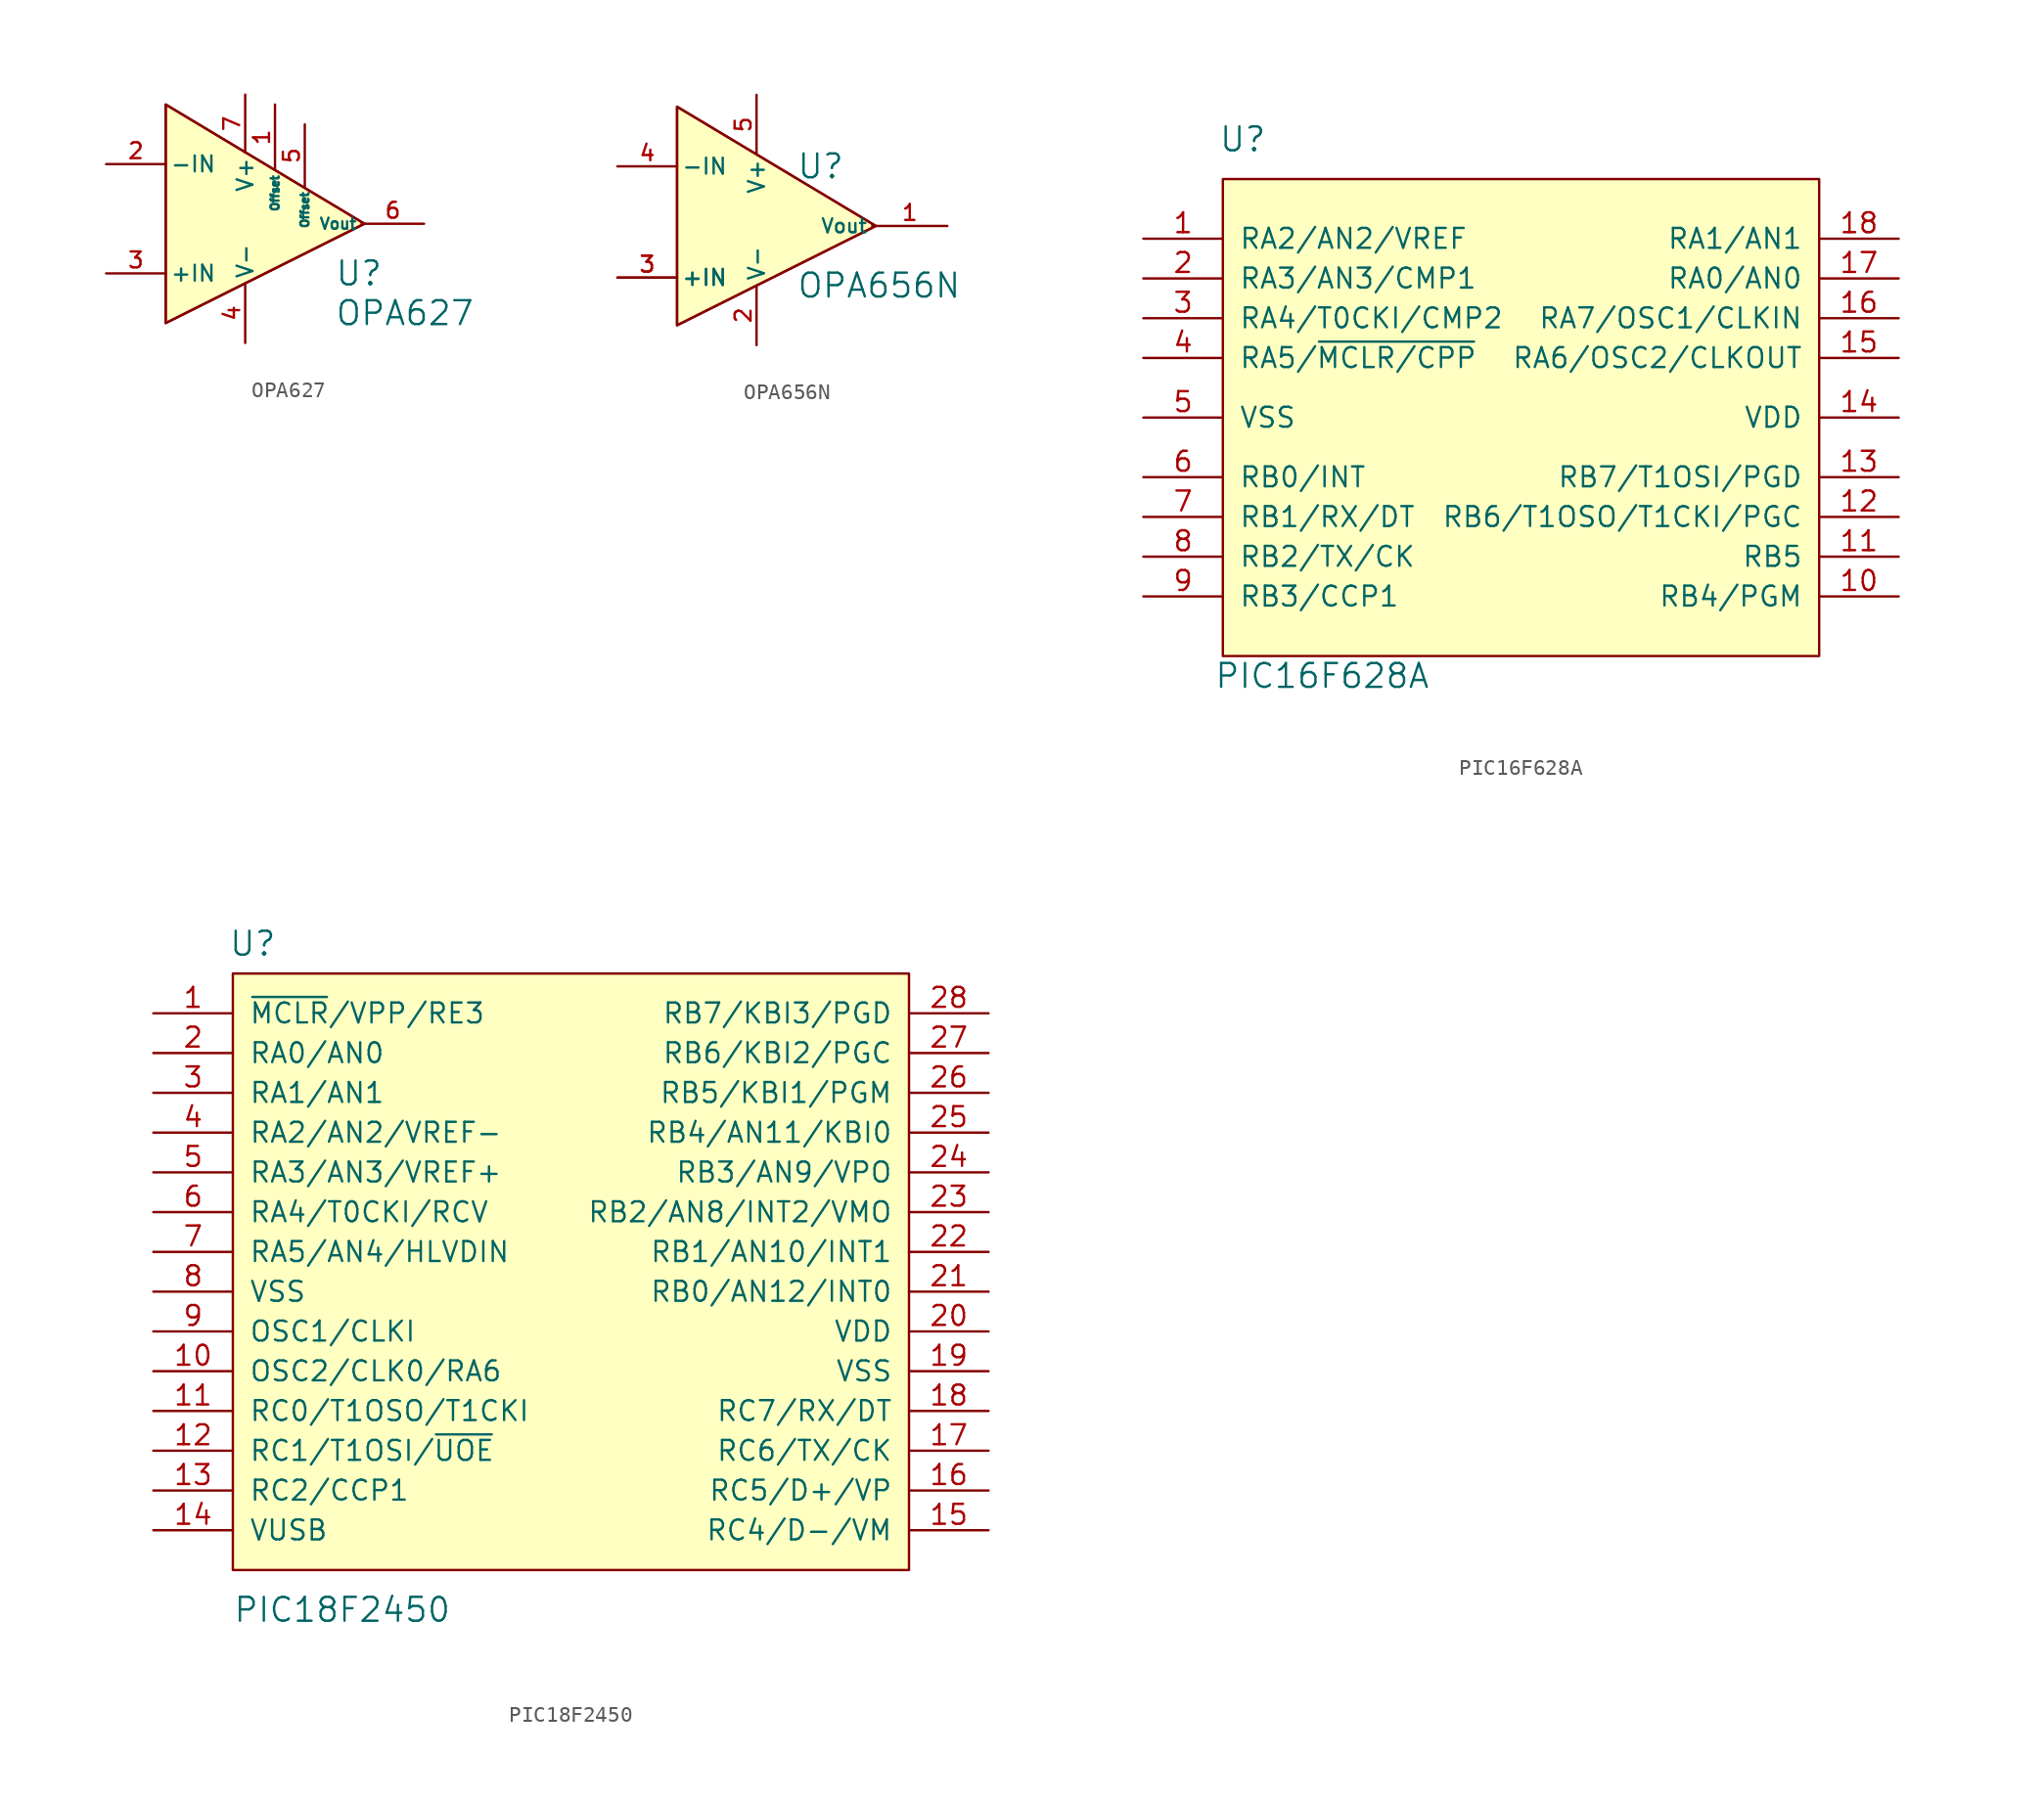
<source format=kicad_sym>
(kicad_symbol_lib
  (version 20220914)
  (generator kicad_symbol_editor)
  (symbol "OPA627"
    (pin_names
      (offset 0.254))
    (property "Reference" "U"
      (at -1.905 -3.175 0)
      (effects (font (size 1.524 1.524)) (justify left)))
    (property "Value" "OPA627"
      (at -1.905 -5.715 0)
      (effects (font (size 1.524 1.524)) (justify left)))
    (property "Footprint" ""
      (at -5.08 0 0)
      (effects (font (size 1.524 1.524))))
    (property "Datasheet" ""
      (at -5.08 0 0)
      (effects (font (size 1.524 1.524))))
    (symbol "OPA627_0_1"
      (polyline (pts (xy -12.7 7.62) (xy 0 0) (xy -12.7 -6.35) (xy -12.7 0) (xy -12.7 7.62)) (stroke (width 0.152) (type solid)) (fill (type background)))
      (polyline (pts (xy -12.7 7.62) (xy 0 0) (xy -12.7 -6.35) (xy -12.7 0) (xy -12.7 7.62)) (stroke (width 0.152) (type solid)) (fill (type background)))
      (pin input line (at -5.715 7.62 270) (length 4.191) (name "Offset" (effects (font (size 0.508 0.508)))) (number "1" (effects (font (size 1.016 1.016)))))
      (pin input line (at -16.51 3.81 0) (length 3.81) (name "-IN" (effects (font (size 1.016 1.016)))) (number "2" (effects (font (size 1.016 1.016)))))
      (pin input line (at -16.51 -3.175 0) (length 3.81) (name "+IN" (effects (font (size 1.016 1.016)))) (number "3" (effects (font (size 1.016 1.016)))))
      (pin power_out line (at -7.62 -7.62 90) (length 3.81) (name "V-" (effects (font (size 1.016 1.016)))) (number "4" (effects (font (size 1.016 1.016)))))
      (pin input line (at -3.81 6.35 270) (length 3.988) (name "Offset" (effects (font (size 0.508 0.508)))) (number "5" (effects (font (size 1.016 1.016)))))
      (pin input line (at 3.81 0 180) (length 3.988) (name "Vout" (effects (font (size 0.711 0.711)))) (number "6" (effects (font (size 1.016 1.016)))))
      (pin power_out line (at -7.62 8.255 270) (length 3.708) (name "V+" (effects (font (size 1.016 1.016)))) (number "7" (effects (font (size 1.016 1.016)))))))
  (symbol "OPA656N"
    (pin_names
      (offset 0.254))
    (property "Reference" "U"
      (at -5.08 3.81 0)
      (effects (font (size 1.524 1.524)) (justify left)))
    (property "Value" "OPA656N"
      (at -5.08 -3.81 0)
      (effects (font (size 1.524 1.524)) (justify left)))
    (property "Footprint" ""
      (at -5.08 0 0)
      (effects (font (size 1.524 1.524))))
    (property "Datasheet" ""
      (at -5.08 0 0)
      (effects (font (size 1.524 1.524))))
    (symbol "OPA656N_0_1"
      (polyline (pts (xy -12.7 7.62) (xy 0 0) (xy -12.7 -6.35) (xy -12.7 0) (xy -12.7 7.62)) (stroke (width 0.152) (type solid)) (fill (type background)))
      (polyline (pts (xy -12.7 7.62) (xy 0 0) (xy -12.7 -6.35) (xy -12.7 0) (xy -12.7 7.62)) (stroke (width 0.152) (type solid)) (fill (type background)))
      (pin input line (at 4.572 0 180) (length 4.801) (name "Vout" (effects (font (size 0.889 0.889)))) (number "1" (effects (font (size 1.016 1.016)))))
      (pin power_out line (at -7.62 -7.62 90) (length 3.81) (name "V-" (effects (font (size 1.016 1.016)))) (number "2" (effects (font (size 1.016 1.016)))))
      (pin input line (at -16.51 -3.302 0) (length 3.81) (name "+IN" (effects (font (size 1.016 1.016)))) (number "3" (effects (font (size 1.016 1.016)))))
      (pin input line (at -16.51 -3.302 0) (length 3.81) (name "+IN" (effects (font (size 1.016 1.016)))) (number "3" (effects (font (size 1.016 1.016)))))
      (pin input line (at -16.51 3.81 0) (length 3.81) (name "-IN" (effects (font (size 1.016 1.016)))) (number "4" (effects (font (size 1.016 1.016)))))
      (pin power_out line (at -7.62 8.382 270) (length 3.81) (name "V+" (effects (font (size 1.016 1.016)))) (number "5" (effects (font (size 1.016 1.016)))))))
  (symbol "PIC16F628A"
    (pin_names
      (offset 1.016))
    (property "Reference" "U"
      (at -16.51 17.78 0)
      (effects (font (size 1.524 1.524))))
    (property "Value" "PIC16F628A"
      (at -11.43 -16.51 0)
      (effects (font (size 1.524 1.524))))
    (symbol "PIC16F628A_0_1"
      (rectangle (start -17.78 15.24) (end 20.32 -15.24) (stroke (width 0) (type solid)) (fill (type background))))
    (symbol "PIC16F628A_1_1"
      (pin passive line (at -22.86 11.43 0) (length 5.08) (name "RA2/AN2/VREF" (effects (font (size 1.27 1.27)))) (number "1" (effects (font (size 1.27 1.27)))))
      (pin passive line (at 25.4 -11.43 180) (length 5.08) (name "RB4/PGM" (effects (font (size 1.27 1.27)))) (number "10" (effects (font (size 1.27 1.27)))))
      (pin passive line (at 25.4 -8.89 180) (length 5.08) (name "RB5" (effects (font (size 1.27 1.27)))) (number "11" (effects (font (size 1.27 1.27)))))
      (pin passive line (at 25.4 -6.35 180) (length 5.08) (name "RB6/T1OSO/T1CKI/PGC" (effects (font (size 1.27 1.27)))) (number "12" (effects (font (size 1.27 1.27)))))
      (pin passive line (at 25.4 -3.81 180) (length 5.08) (name "RB7/T1OSI/PGD" (effects (font (size 1.27 1.27)))) (number "13" (effects (font (size 1.27 1.27)))))
      (pin passive line (at 25.4 0 180) (length 5.08) (name "VDD" (effects (font (size 1.27 1.27)))) (number "14" (effects (font (size 1.27 1.27)))))
      (pin passive line (at 25.4 3.81 180) (length 5.08) (name "RA6/OSC2/CLKOUT" (effects (font (size 1.27 1.27)))) (number "15" (effects (font (size 1.27 1.27)))))
      (pin passive line (at 25.4 6.35 180) (length 5.08) (name "RA7/OSC1/CLKIN" (effects (font (size 1.27 1.27)))) (number "16" (effects (font (size 1.27 1.27)))))
      (pin passive line (at 25.4 8.89 180) (length 5.08) (name "RA0/AN0" (effects (font (size 1.27 1.27)))) (number "17" (effects (font (size 1.27 1.27)))))
      (pin passive line (at 25.4 11.43 180) (length 5.08) (name "RA1/AN1" (effects (font (size 1.27 1.27)))) (number "18" (effects (font (size 1.27 1.27)))))
      (pin passive line (at -22.86 8.89 0) (length 5.08) (name "RA3/AN3/CMP1" (effects (font (size 1.27 1.27)))) (number "2" (effects (font (size 1.27 1.27)))))
      (pin passive line (at -22.86 6.35 0) (length 5.08) (name "RA4/T0CKI/CMP2" (effects (font (size 1.27 1.27)))) (number "3" (effects (font (size 1.27 1.27)))))
      (pin passive line (at -22.86 3.81 0) (length 5.08) (name "RA5/~{MCLR/CPP}" (effects (font (size 1.27 1.27)))) (number "4" (effects (font (size 1.27 1.27)))))
      (pin passive line (at -22.86 0 0) (length 5.08) (name "VSS" (effects (font (size 1.27 1.27)))) (number "5" (effects (font (size 1.27 1.27)))))
      (pin passive line (at -22.86 -3.81 0) (length 5.08) (name "RB0/INT" (effects (font (size 1.27 1.27)))) (number "6" (effects (font (size 1.27 1.27)))))
      (pin passive line (at -22.86 -6.35 0) (length 5.08) (name "RB1/RX/DT" (effects (font (size 1.27 1.27)))) (number "7" (effects (font (size 1.27 1.27)))))
      (pin passive line (at -22.86 -8.89 0) (length 5.08) (name "RB2/TX/CK" (effects (font (size 1.27 1.27)))) (number "8" (effects (font (size 1.27 1.27)))))
      (pin passive line (at -22.86 -11.43 0) (length 5.08) (name "RB3/CCP1" (effects (font (size 1.27 1.27)))) (number "9" (effects (font (size 1.27 1.27)))))))
  (symbol "PIC18F2450"
    (pin_names
      (offset 1.016))
    (property "Reference" "U"
      (at -20.955 22.86 0)
      (effects (font (size 1.524 1.524))))
    (property "Value" "PIC18F2450"
      (at -15.24 -19.685 0)
      (effects (font (size 1.524 1.524))))
    (property "Footprint" ""
      (at 0 -1.905 0)
      (effects (font (size 1.524 1.524))))
    (property "Datasheet" ""
      (at 0 -1.905 0)
      (effects (font (size 1.524 1.524))))
    (symbol "PIC18F2450_0_1"
      (rectangle (start -22.225 20.955) (end 20.955 -17.145) (stroke (width 0) (type solid)) (fill (type background))))
    (symbol "PIC18F2450_1_1"
      (pin input line (at -27.305 18.415 0) (length 5.08) (name "~{MCLR}/VPP/RE3" (effects (font (size 1.27 1.27)))) (number "1" (effects (font (size 1.27 1.27)))))
      (pin passive line (at -27.305 -4.445 0) (length 5.08) (name "OSC2/CLK0/RA6" (effects (font (size 1.27 1.27)))) (number "10" (effects (font (size 1.27 1.27)))))
      (pin passive line (at -27.305 -6.985 0) (length 5.08) (name "RC0/T1OSO/T1CKI" (effects (font (size 1.27 1.27)))) (number "11" (effects (font (size 1.27 1.27)))))
      (pin passive line (at -27.305 -9.525 0) (length 5.08) (name "RC1/T1OSI/~{UOE}" (effects (font (size 1.27 1.27)))) (number "12" (effects (font (size 1.27 1.27)))))
      (pin passive line (at -27.305 -12.065 0) (length 5.08) (name "RC2/CCP1" (effects (font (size 1.27 1.27)))) (number "13" (effects (font (size 1.27 1.27)))))
      (pin passive line (at -27.305 -14.605 0) (length 5.08) (name "VUSB" (effects (font (size 1.27 1.27)))) (number "14" (effects (font (size 1.27 1.27)))))
      (pin passive line (at 26.035 -14.605 180) (length 5.08) (name "RC4/D-/VM" (effects (font (size 1.27 1.27)))) (number "15" (effects (font (size 1.27 1.27)))))
      (pin passive line (at 26.035 -12.065 180) (length 5.08) (name "RC5/D+/VP" (effects (font (size 1.27 1.27)))) (number "16" (effects (font (size 1.27 1.27)))))
      (pin passive line (at 26.035 -9.525 180) (length 5.08) (name "RC6/TX/CK" (effects (font (size 1.27 1.27)))) (number "17" (effects (font (size 1.27 1.27)))))
      (pin passive line (at 26.035 -6.985 180) (length 5.08) (name "RC7/RX/DT" (effects (font (size 1.27 1.27)))) (number "18" (effects (font (size 1.27 1.27)))))
      (pin passive line (at 26.035 -4.445 180) (length 5.08) (name "VSS" (effects (font (size 1.27 1.27)))) (number "19" (effects (font (size 1.27 1.27)))))
      (pin passive line (at -27.305 15.875 0) (length 5.08) (name "RA0/AN0" (effects (font (size 1.27 1.27)))) (number "2" (effects (font (size 1.27 1.27)))))
      (pin passive line (at 26.035 -1.905 180) (length 5.08) (name "VDD" (effects (font (size 1.27 1.27)))) (number "20" (effects (font (size 1.27 1.27)))))
      (pin passive line (at 26.035 0.635 180) (length 5.08) (name "RB0/AN12/INT0" (effects (font (size 1.27 1.27)))) (number "21" (effects (font (size 1.27 1.27)))))
      (pin passive line (at 26.035 3.175 180) (length 5.08) (name "RB1/AN10/INT1" (effects (font (size 1.27 1.27)))) (number "22" (effects (font (size 1.27 1.27)))))
      (pin passive line (at 26.035 5.715 180) (length 5.08) (name "RB2/AN8/INT2/VMO" (effects (font (size 1.27 1.27)))) (number "23" (effects (font (size 1.27 1.27)))))
      (pin passive line (at 26.035 8.255 180) (length 5.08) (name "RB3/AN9/VPO" (effects (font (size 1.27 1.27)))) (number "24" (effects (font (size 1.27 1.27)))))
      (pin passive line (at 26.035 10.795 180) (length 5.08) (name "RB4/AN11/KBI0" (effects (font (size 1.27 1.27)))) (number "25" (effects (font (size 1.27 1.27)))))
      (pin passive line (at 26.035 13.335 180) (length 5.08) (name "RB5/KBI1/PGM" (effects (font (size 1.27 1.27)))) (number "26" (effects (font (size 1.27 1.27)))))
      (pin passive line (at 26.035 15.875 180) (length 5.08) (name "RB6/KBI2/PGC" (effects (font (size 1.27 1.27)))) (number "27" (effects (font (size 1.27 1.27)))))
      (pin passive line (at 26.035 18.415 180) (length 5.08) (name "RB7/KBI3/PGD" (effects (font (size 1.27 1.27)))) (number "28" (effects (font (size 1.27 1.27)))))
      (pin passive line (at -27.305 13.335 0) (length 5.08) (name "RA1/AN1" (effects (font (size 1.27 1.27)))) (number "3" (effects (font (size 1.27 1.27)))))
      (pin passive line (at -27.305 10.795 0) (length 5.08) (name "RA2/AN2/VREF-" (effects (font (size 1.27 1.27)))) (number "4" (effects (font (size 1.27 1.27)))))
      (pin passive line (at -27.305 8.255 0) (length 5.08) (name "RA3/AN3/VREF+" (effects (font (size 1.27 1.27)))) (number "5" (effects (font (size 1.27 1.27)))))
      (pin passive line (at -27.305 5.715 0) (length 5.08) (name "RA4/T0CKI/RCV" (effects (font (size 1.27 1.27)))) (number "6" (effects (font (size 1.27 1.27)))))
      (pin passive line (at -27.305 3.175 0) (length 5.08) (name "RA5/AN4/HLVDIN" (effects (font (size 1.27 1.27)))) (number "7" (effects (font (size 1.27 1.27)))))
      (pin passive line (at -27.305 0.635 0) (length 5.08) (name "VSS" (effects (font (size 1.27 1.27)))) (number "8" (effects (font (size 1.27 1.27)))))
      (pin passive line (at -27.305 -1.905 0) (length 5.08) (name "OSC1/CLKI" (effects (font (size 1.27 1.27)))) (number "9" (effects (font (size 1.27 1.27))))))))
</source>
